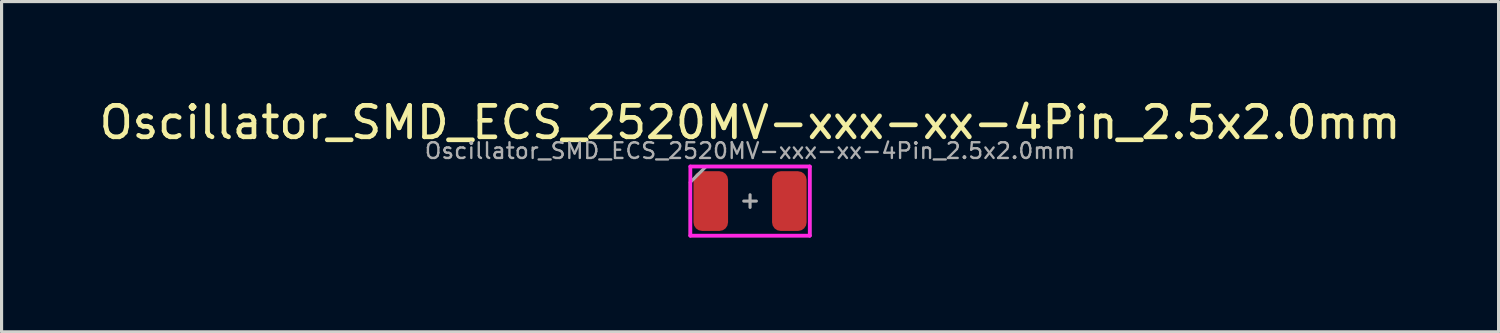
<source format=kicad_pcb>
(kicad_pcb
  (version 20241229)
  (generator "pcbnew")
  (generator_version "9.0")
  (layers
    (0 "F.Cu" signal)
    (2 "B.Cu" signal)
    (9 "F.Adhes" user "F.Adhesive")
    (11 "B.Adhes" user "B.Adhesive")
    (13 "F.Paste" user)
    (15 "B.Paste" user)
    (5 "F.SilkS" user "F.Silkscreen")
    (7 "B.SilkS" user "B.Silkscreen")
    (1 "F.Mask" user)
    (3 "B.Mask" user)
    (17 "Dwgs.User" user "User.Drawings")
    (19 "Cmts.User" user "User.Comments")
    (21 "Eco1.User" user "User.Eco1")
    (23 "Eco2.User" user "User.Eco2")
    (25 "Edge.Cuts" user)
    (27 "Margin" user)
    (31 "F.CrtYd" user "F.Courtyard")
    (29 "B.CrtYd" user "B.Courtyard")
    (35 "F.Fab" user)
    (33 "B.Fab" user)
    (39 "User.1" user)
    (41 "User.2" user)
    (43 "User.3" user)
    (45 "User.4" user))
  (footprint "Oscillator_SMD_ECS_2520MV-xxx-xx-4Pin_2.5x2.0mm"
    (layer "F.Cu")
    (at 20.815 3.348)
    (property "Reference" "Oscillator_SMD_ECS_2520MV-xxx-xx-4Pin_2.5x2.0mm" (at 0 -2.5 0) (layer "F.SilkS") (effects (font (size 1 1) (thickness 0.15))))
    (attr smd)
    (fp_line (start -1.9 -1.1) (end 1.9 -1.1) (stroke (width 0.12) (type default)) (layer "F.CrtYd"))
    (fp_line (start -1.9 1.1) (end -1.9 -1.1) (stroke (width 0.12) (type default)) (layer "F.CrtYd"))
    (fp_line (start 1.9 -1.1) (end 1.9 1.1) (stroke (width 0.12) (type default)) (layer "F.CrtYd"))
    (fp_line (start 1.9 1.1) (end -1.9 1.1) (stroke (width 0.12) (type default)) (layer "F.CrtYd"))
    (fp_line (start -1.9 -0.6) (end -1.4 -1.1) (stroke (width 0.1) (type default)) (layer "F.Fab"))
    (fp_line (start -1.9 1.1) (end -1.9 -0.6) (stroke (width 0.1) (type default)) (layer "F.Fab"))
    (fp_line (start -1.4 -1.1) (end 1.9 -1.1) (stroke (width 0.1) (type default)) (layer "F.Fab"))
    (fp_line (start -0.2 0) (end 0.2 0) (stroke (width 0.1) (type default)) (layer "F.Fab"))
    (fp_line (start 0 0.2) (end 0 -0.2) (stroke (width 0.1) (type default)) (layer "F.Fab"))
    (fp_line (start 1.9 -1.1) (end 1.9 1.1) (stroke (width 0.1) (type default)) (layer "F.Fab"))
    (fp_line (start 1.9 1.1) (end -1.9 1.1) (stroke (width 0.1) (type default)) (layer "F.Fab"))
    (fp_text user "${REFERENCE}" (at 0 -1.6 180) (layer "F.Fab") (effects (font (size 0.5 0.5) (thickness 0.075))))
    (pad "1" smd roundrect (at -1.25 0) (size 1.1 1.9) (layers "F.Cu" "F.Mask" "F.Paste") (roundrect_rratio 0.25))
    (pad "2" smd roundrect (at 1.25 0) (size 1.1 1.9) (layers "F.Cu" "F.Mask" "F.Paste") (roundrect_rratio 0.25)))
  (gr_rect
    (start -3 -3)
    (end 44.631 7.508)
    (stroke (width 0.1) (type default))
    (fill no)
    (layer "Edge.Cuts")))
</source>
